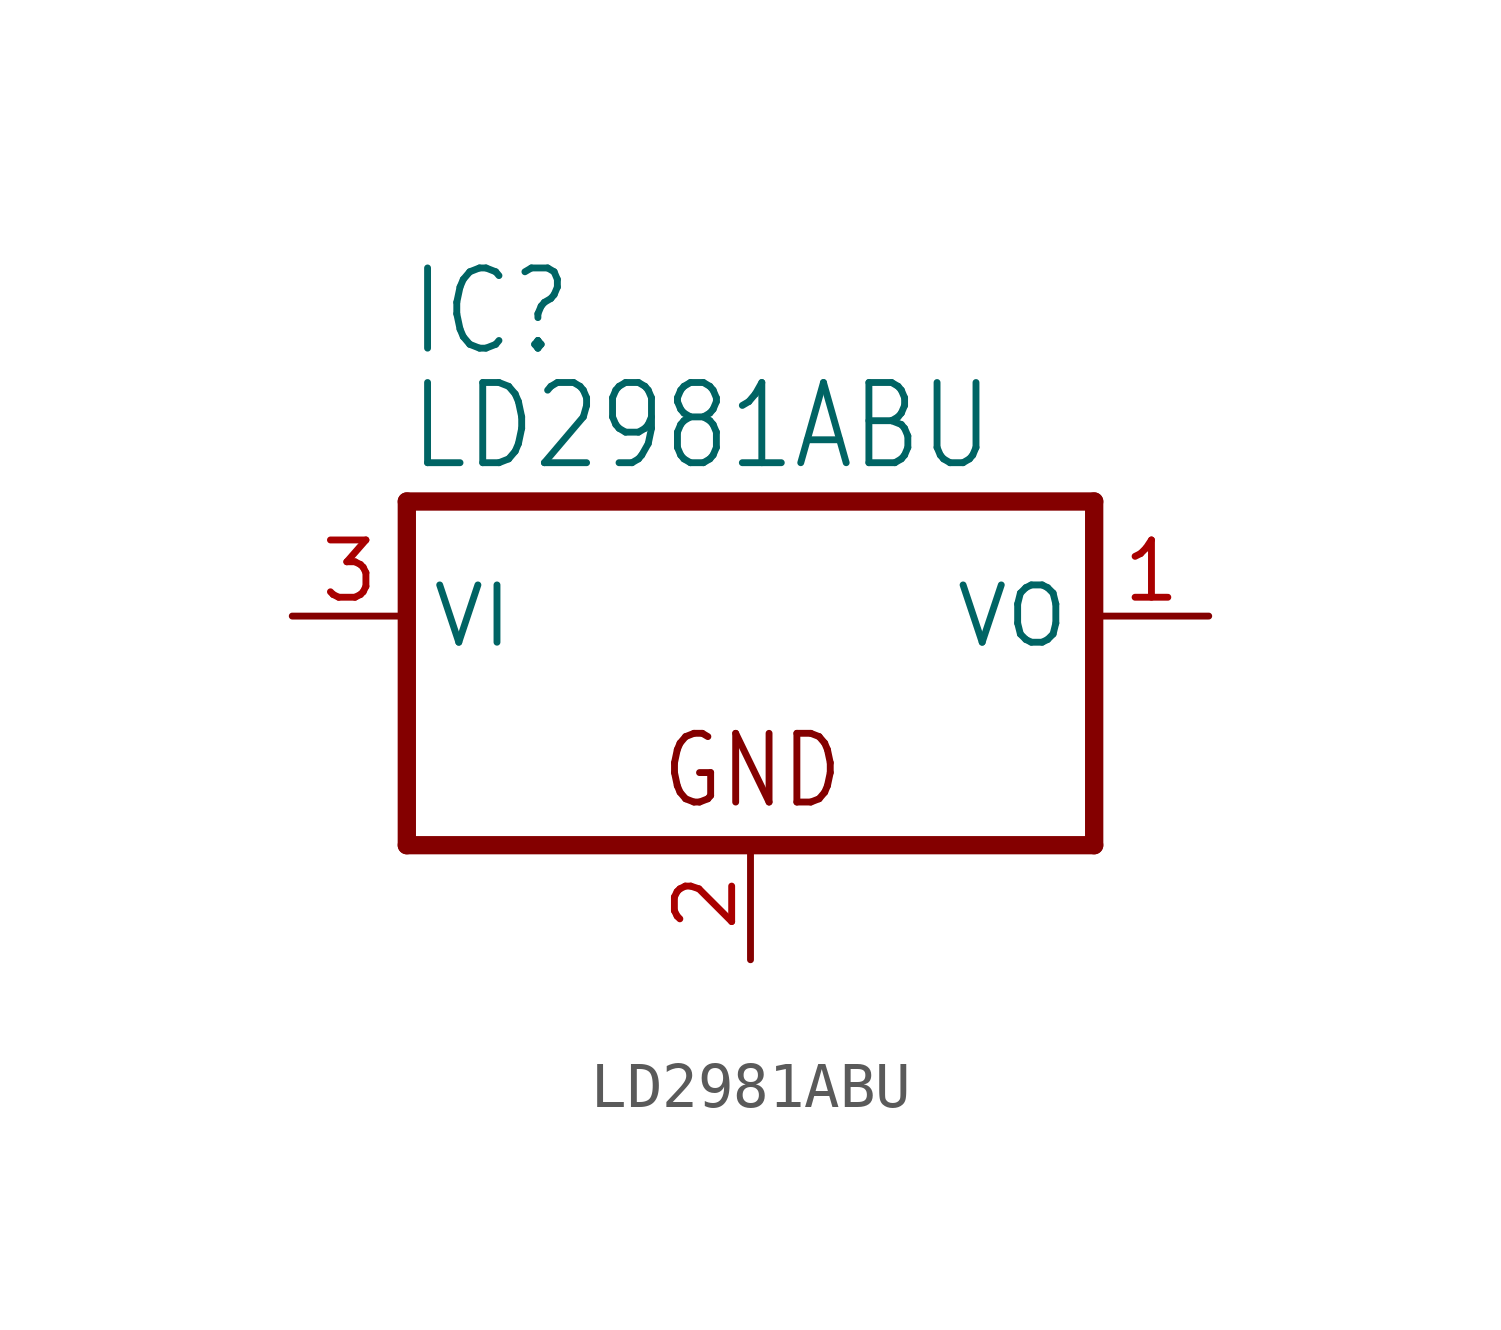
<source format=kicad_sym>
(kicad_symbol_lib
  (version 20211014)
  (generator kicad_symbol_editor)
  (symbol "LD2981ABU"
    (property "Reference" "IC"
      (at -7.62 5.715 0)
      (effects (font (size 1.778 1.511)) (justify left bottom)))
    (property "Value" "LD2981ABU"
      (at -7.62 3.175 0)
      (effects (font (size 1.778 1.511)) (justify left bottom)))
    (property "ki_locked" ""
      (at 0 0 0)
      (effects (font (size 1.27 1.27))))
    (symbol "LD2981ABU_1_0"
      (polyline (pts (xy -7.62 -5.08) (xy 7.62 -5.08)) (stroke (width 0.406) (type default) (color 0 0 0 0)) (fill (type none)))
      (polyline (pts (xy -7.62 2.54) (xy -7.62 -5.08)) (stroke (width 0.406) (type default) (color 0 0 0 0)) (fill (type none)))
      (polyline (pts (xy 7.62 -5.08) (xy 7.62 2.54)) (stroke (width 0.406) (type default) (color 0 0 0 0)) (fill (type none)))
      (polyline (pts (xy 7.62 2.54) (xy -7.62 2.54)) (stroke (width 0.406) (type default) (color 0 0 0 0)) (fill (type none)))
      (text "GND" (at -2.032 -4.318 0) (effects (font (size 1.524 1.295)) (justify left bottom)))
      (pin passive line (at 10.16 0 180) (length 2.54) (name "VO" (effects (font (size 1.27 1.27)))) (number "1" (effects (font (size 1.27 1.27)))))
      (pin passive line (at 0 -7.62 90) (length 2.54) (name "GND" (effects (font (size 0 0)))) (number "2" (effects (font (size 1.27 1.27)))))
      (pin input line (at -10.16 0 0) (length 2.54) (name "VI" (effects (font (size 1.27 1.27)))) (number "3" (effects (font (size 1.27 1.27))))))))
</source>
